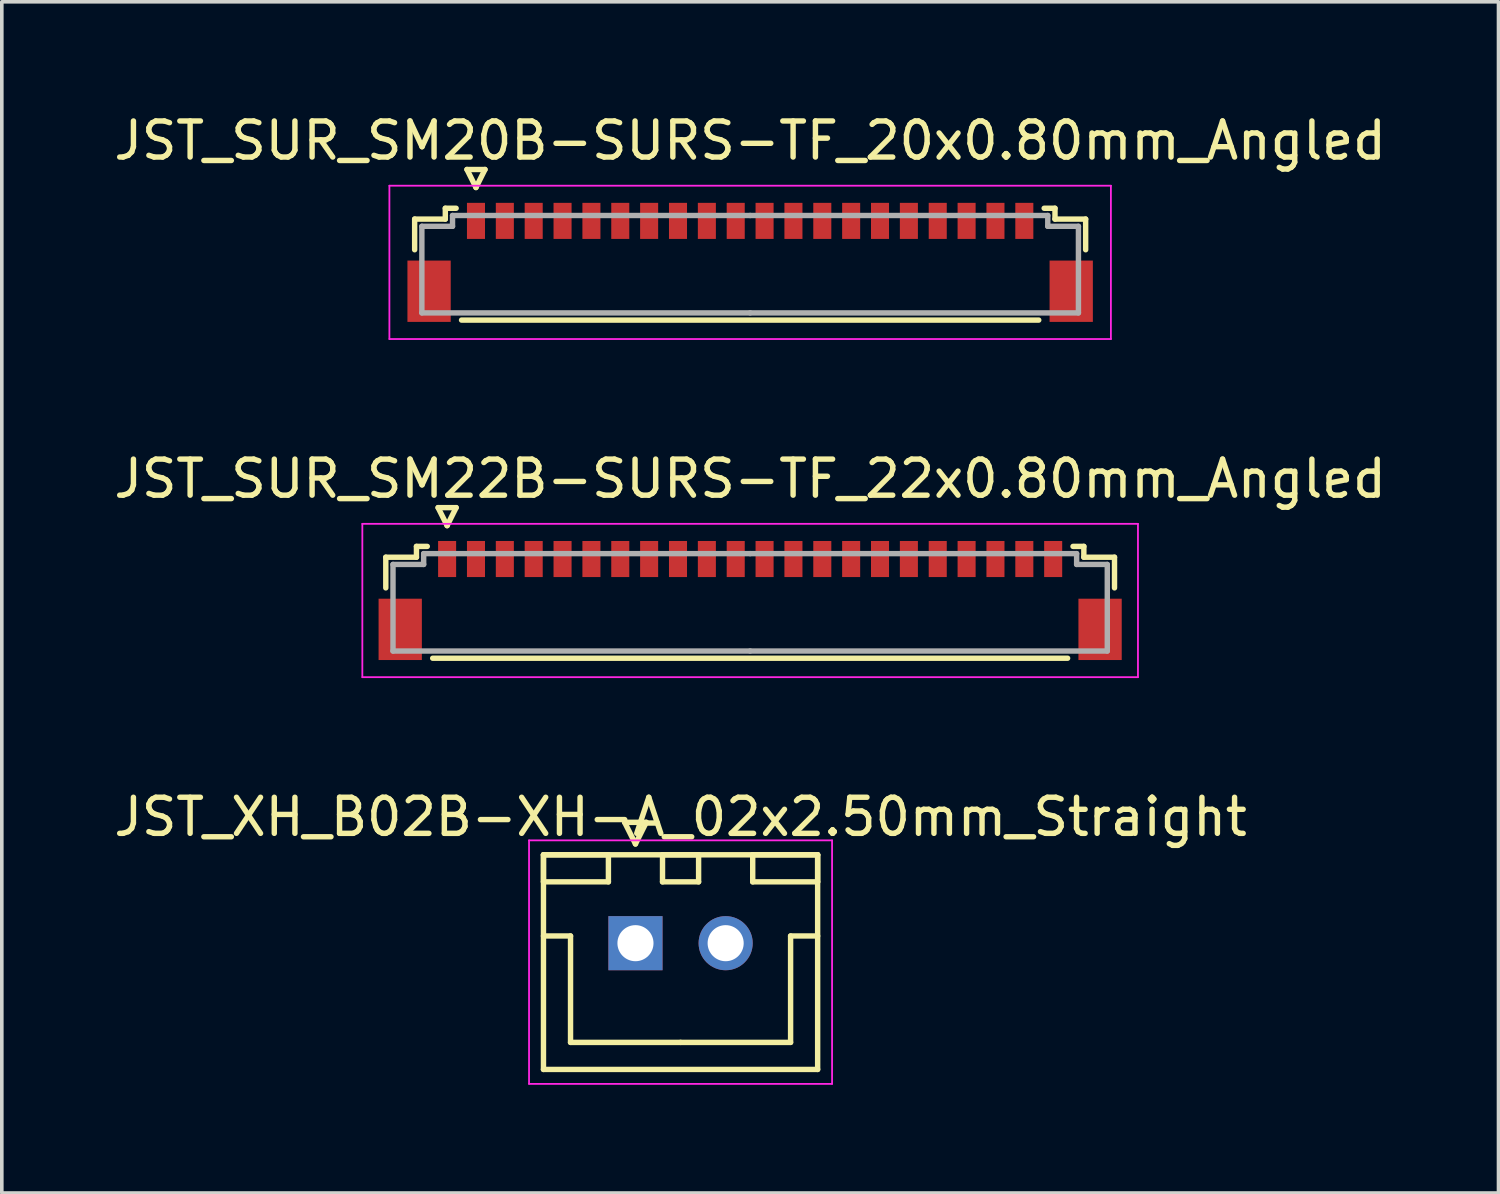
<source format=kicad_pcb>
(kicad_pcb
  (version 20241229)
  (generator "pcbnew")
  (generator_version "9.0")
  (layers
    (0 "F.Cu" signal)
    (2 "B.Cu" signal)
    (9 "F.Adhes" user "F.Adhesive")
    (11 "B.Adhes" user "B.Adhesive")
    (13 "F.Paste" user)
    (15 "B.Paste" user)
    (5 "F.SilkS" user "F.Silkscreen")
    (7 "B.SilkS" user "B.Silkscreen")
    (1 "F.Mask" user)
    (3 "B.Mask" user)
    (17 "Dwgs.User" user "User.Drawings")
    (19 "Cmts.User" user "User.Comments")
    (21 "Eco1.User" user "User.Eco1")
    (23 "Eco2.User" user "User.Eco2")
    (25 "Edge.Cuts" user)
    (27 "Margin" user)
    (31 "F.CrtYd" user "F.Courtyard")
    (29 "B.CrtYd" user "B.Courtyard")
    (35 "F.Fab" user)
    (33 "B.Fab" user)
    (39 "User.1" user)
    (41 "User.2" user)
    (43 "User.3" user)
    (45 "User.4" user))
  (footprint "JST_SUR_SM22B-SURS-TF_22x0.80mm_Angled"
    (layer "F.Cu")
    (at 17.744 13.421)
    (property "Reference" "JST_SUR_SM22B-SURS-TF_22x0.80mm_Angled" (at 0 -3.2 0) (layer "F.SilkS") (effects (font (size 1 1) (thickness 0.15))))
    (attr smd)
    (fp_line (start -10.1 -1.025) (end -10.1 -0.175) (stroke (width 0.15) (type solid)) (layer "F.SilkS"))
    (fp_line (start -9.25 -1.325) (end -9.25 -1.025) (stroke (width 0.15) (type solid)) (layer "F.SilkS"))
    (fp_line (start -9.25 -1.025) (end -10.1 -1.025) (stroke (width 0.15) (type solid)) (layer "F.SilkS"))
    (fp_line (start -8.95 -1.325) (end -9.25 -1.325) (stroke (width 0.15) (type solid)) (layer "F.SilkS"))
    (fp_line (start -8.8 1.775) (end 8.8 1.775) (stroke (width 0.15) (type solid)) (layer "F.SilkS"))
    (fp_line (start -8.65 -2.4) (end -8.15 -2.4) (stroke (width 0.15) (type solid)) (layer "F.SilkS"))
    (fp_line (start -8.4 -1.9) (end -8.65 -2.4) (stroke (width 0.15) (type solid)) (layer "F.SilkS"))
    (fp_line (start -8.15 -2.4) (end -8.4 -1.9) (stroke (width 0.15) (type solid)) (layer "F.SilkS"))
    (fp_line (start 8.95 -1.325) (end 9.25 -1.325) (stroke (width 0.15) (type solid)) (layer "F.SilkS"))
    (fp_line (start 9.25 -1.325) (end 9.25 -1.025) (stroke (width 0.15) (type solid)) (layer "F.SilkS"))
    (fp_line (start 9.25 -1.025) (end 10.1 -1.025) (stroke (width 0.15) (type solid)) (layer "F.SilkS"))
    (fp_line (start 10.1 -1.025) (end 10.1 -0.175) (stroke (width 0.15) (type solid)) (layer "F.SilkS"))
    (fp_line (start -10.75 -1.95) (end 10.75 -1.95) (stroke (width 0.05) (type solid)) (layer "F.CrtYd"))
    (fp_line (start -10.75 2.3) (end -10.75 -1.95) (stroke (width 0.05) (type solid)) (layer "F.CrtYd"))
    (fp_line (start 10.75 -1.95) (end 10.75 2.3) (stroke (width 0.05) (type solid)) (layer "F.CrtYd"))
    (fp_line (start 10.75 2.3) (end -10.75 2.3) (stroke (width 0.05) (type solid)) (layer "F.CrtYd"))
    (fp_line (start -9.9 -0.825) (end -9.9 1.575) (stroke (width 0.15) (type solid)) (layer "F.Fab"))
    (fp_line (start -9.9 1.575) (end 0 1.575) (stroke (width 0.15) (type solid)) (layer "F.Fab"))
    (fp_line (start -9.05 -1.125) (end -9.05 -0.825) (stroke (width 0.15) (type solid)) (layer "F.Fab"))
    (fp_line (start -9.05 -0.825) (end -9.9 -0.825) (stroke (width 0.15) (type solid)) (layer "F.Fab"))
    (fp_line (start 0 -1.125) (end -9.05 -1.125) (stroke (width 0.15) (type solid)) (layer "F.Fab"))
    (fp_line (start 0 -1.125) (end 9.05 -1.125) (stroke (width 0.15) (type solid)) (layer "F.Fab"))
    (fp_line (start 9.05 -1.125) (end 9.05 -0.825) (stroke (width 0.15) (type solid)) (layer "F.Fab"))
    (fp_line (start 9.05 -0.825) (end 9.9 -0.825) (stroke (width 0.15) (type solid)) (layer "F.Fab"))
    (fp_line (start 9.9 -0.825) (end 9.9 1.575) (stroke (width 0.15) (type solid)) (layer "F.Fab"))
    (fp_line (start 9.9 1.575) (end 0 1.575) (stroke (width 0.15) (type solid)) (layer "F.Fab"))
    (pad "" smd rect (at -9.7 0.975) (size 1.2 1.7) (layers "F.Cu" "F.Mask" "F.Paste"))
    (pad "" smd rect (at 9.7 0.975) (size 1.2 1.7) (layers "F.Cu" "F.Mask" "F.Paste"))
    (pad "1" smd rect (at -8.4 -0.975) (size 0.5 1) (layers "F.Cu" "F.Mask" "F.Paste"))
    (pad "2" smd rect (at -7.6 -0.975) (size 0.5 1) (layers "F.Cu" "F.Mask" "F.Paste"))
    (pad "3" smd rect (at -6.8 -0.975) (size 0.5 1) (layers "F.Cu" "F.Mask" "F.Paste"))
    (pad "4" smd rect (at -6 -0.975) (size 0.5 1) (layers "F.Cu" "F.Mask" "F.Paste"))
    (pad "5" smd rect (at -5.2 -0.975) (size 0.5 1) (layers "F.Cu" "F.Mask" "F.Paste"))
    (pad "6" smd rect (at -4.4 -0.975) (size 0.5 1) (layers "F.Cu" "F.Mask" "F.Paste"))
    (pad "7" smd rect (at -3.6 -0.975) (size 0.5 1) (layers "F.Cu" "F.Mask" "F.Paste"))
    (pad "8" smd rect (at -2.8 -0.975) (size 0.5 1) (layers "F.Cu" "F.Mask" "F.Paste"))
    (pad "9" smd rect (at -2 -0.975) (size 0.5 1) (layers "F.Cu" "F.Mask" "F.Paste"))
    (pad "10" smd rect (at -1.2 -0.975) (size 0.5 1) (layers "F.Cu" "F.Mask" "F.Paste"))
    (pad "11" smd rect (at -0.4 -0.975) (size 0.5 1) (layers "F.Cu" "F.Mask" "F.Paste"))
    (pad "12" smd rect (at 0.4 -0.975) (size 0.5 1) (layers "F.Cu" "F.Mask" "F.Paste"))
    (pad "13" smd rect (at 1.2 -0.975) (size 0.5 1) (layers "F.Cu" "F.Mask" "F.Paste"))
    (pad "14" smd rect (at 2 -0.975) (size 0.5 1) (layers "F.Cu" "F.Mask" "F.Paste"))
    (pad "15" smd rect (at 2.8 -0.975) (size 0.5 1) (layers "F.Cu" "F.Mask" "F.Paste"))
    (pad "16" smd rect (at 3.6 -0.975) (size 0.5 1) (layers "F.Cu" "F.Mask" "F.Paste"))
    (pad "17" smd rect (at 4.4 -0.975) (size 0.5 1) (layers "F.Cu" "F.Mask" "F.Paste"))
    (pad "18" smd rect (at 5.2 -0.975) (size 0.5 1) (layers "F.Cu" "F.Mask" "F.Paste"))
    (pad "19" smd rect (at 6 -0.975) (size 0.5 1) (layers "F.Cu" "F.Mask" "F.Paste"))
    (pad "20" smd rect (at 6.8 -0.975) (size 0.5 1) (layers "F.Cu" "F.Mask" "F.Paste"))
    (pad "21" smd rect (at 7.6 -0.975) (size 0.5 1) (layers "F.Cu" "F.Mask" "F.Paste"))
    (pad "22" smd rect (at 8.4 -0.975) (size 0.5 1) (layers "F.Cu" "F.Mask" "F.Paste")))
  (footprint "JST_XH_B02B-XH-A_02x2.50mm_Straight"
    (layer "F.Cu")
    (at 14.565 23.095)
    (property "Reference" "JST_XH_B02B-XH-A_02x2.50mm_Straight" (at 1.25 -3.5 0) (layer "F.SilkS") (effects (font (size 1 1) (thickness 0.15))))
    (attr through_hole)
    (fp_line (start -2.55 -2.45) (end -2.55 -1.7) (stroke (width 0.15) (type solid)) (layer "F.SilkS"))
    (fp_line (start -2.55 -2.45) (end -2.55 3.5) (stroke (width 0.15) (type solid)) (layer "F.SilkS"))
    (fp_line (start -2.55 -1.7) (end -0.75 -1.7) (stroke (width 0.15) (type solid)) (layer "F.SilkS"))
    (fp_line (start -2.55 -0.2) (end -1.8 -0.2) (stroke (width 0.15) (type solid)) (layer "F.SilkS"))
    (fp_line (start -2.55 3.5) (end 5.05 3.5) (stroke (width 0.15) (type solid)) (layer "F.SilkS"))
    (fp_line (start -1.8 -0.2) (end -1.8 2.75) (stroke (width 0.15) (type solid)) (layer "F.SilkS"))
    (fp_line (start -1.8 2.75) (end 1.25 2.75) (stroke (width 0.15) (type solid)) (layer "F.SilkS"))
    (fp_line (start -0.75 -2.45) (end -2.55 -2.45) (stroke (width 0.15) (type solid)) (layer "F.SilkS"))
    (fp_line (start -0.75 -1.7) (end -0.75 -2.45) (stroke (width 0.15) (type solid)) (layer "F.SilkS"))
    (fp_line (start -0.3 -3.35) (end 0.3 -3.35) (stroke (width 0.15) (type solid)) (layer "F.SilkS"))
    (fp_line (start 0 -2.75) (end -0.3 -3.35) (stroke (width 0.15) (type solid)) (layer "F.SilkS"))
    (fp_line (start 0.3 -3.35) (end 0 -2.75) (stroke (width 0.15) (type solid)) (layer "F.SilkS"))
    (fp_line (start 0.75 -2.45) (end 0.75 -1.7) (stroke (width 0.15) (type solid)) (layer "F.SilkS"))
    (fp_line (start 0.75 -1.7) (end 1.75 -1.7) (stroke (width 0.15) (type solid)) (layer "F.SilkS"))
    (fp_line (start 1.75 -2.45) (end 0.75 -2.45) (stroke (width 0.15) (type solid)) (layer "F.SilkS"))
    (fp_line (start 1.75 -1.7) (end 1.75 -2.45) (stroke (width 0.15) (type solid)) (layer "F.SilkS"))
    (fp_line (start 3.25 -2.45) (end 3.25 -1.7) (stroke (width 0.15) (type solid)) (layer "F.SilkS"))
    (fp_line (start 3.25 -1.7) (end 5.05 -1.7) (stroke (width 0.15) (type solid)) (layer "F.SilkS"))
    (fp_line (start 4.3 -0.2) (end 4.3 2.75) (stroke (width 0.15) (type solid)) (layer "F.SilkS"))
    (fp_line (start 4.3 2.75) (end 1.25 2.75) (stroke (width 0.15) (type solid)) (layer "F.SilkS"))
    (fp_line (start 5.05 -2.45) (end -2.55 -2.45) (stroke (width 0.15) (type solid)) (layer "F.SilkS"))
    (fp_line (start 5.05 -2.45) (end 3.25 -2.45) (stroke (width 0.15) (type solid)) (layer "F.SilkS"))
    (fp_line (start 5.05 -1.7) (end 5.05 -2.45) (stroke (width 0.15) (type solid)) (layer "F.SilkS"))
    (fp_line (start 5.05 -0.2) (end 4.3 -0.2) (stroke (width 0.15) (type solid)) (layer "F.SilkS"))
    (fp_line (start 5.05 3.5) (end 5.05 -2.45) (stroke (width 0.15) (type solid)) (layer "F.SilkS"))
    (fp_line (start -2.95 -2.85) (end -2.95 3.9) (stroke (width 0.05) (type solid)) (layer "F.CrtYd"))
    (fp_line (start -2.95 3.9) (end 5.45 3.9) (stroke (width 0.05) (type solid)) (layer "F.CrtYd"))
    (fp_line (start 5.45 -2.85) (end -2.95 -2.85) (stroke (width 0.05) (type solid)) (layer "F.CrtYd"))
    (fp_line (start 5.45 3.9) (end 5.45 -2.85) (stroke (width 0.05) (type solid)) (layer "F.CrtYd"))
    (pad "1" thru_hole rect (at 0 0) (size 1.5 1.5) (drill 1) (layers "*.Cu" "*.Mask"))
    (pad "2" thru_hole circle (at 2.5 0) (size 1.5 1.5) (drill 1) (layers "*.Cu" "*.Mask")))
  (footprint "JST_SUR_SM20B-SURS-TF_20x0.80mm_Angled"
    (layer "F.Cu")
    (at 17.744 4.048)
    (property "Reference" "JST_SUR_SM20B-SURS-TF_20x0.80mm_Angled" (at 0 -3.2 0) (layer "F.SilkS") (effects (font (size 1 1) (thickness 0.15))))
    (attr smd)
    (fp_line (start -9.3 -1.025) (end -9.3 -0.175) (stroke (width 0.15) (type solid)) (layer "F.SilkS"))
    (fp_line (start -8.45 -1.325) (end -8.45 -1.025) (stroke (width 0.15) (type solid)) (layer "F.SilkS"))
    (fp_line (start -8.45 -1.025) (end -9.3 -1.025) (stroke (width 0.15) (type solid)) (layer "F.SilkS"))
    (fp_line (start -8.15 -1.325) (end -8.45 -1.325) (stroke (width 0.15) (type solid)) (layer "F.SilkS"))
    (fp_line (start -8 1.775) (end 8 1.775) (stroke (width 0.15) (type solid)) (layer "F.SilkS"))
    (fp_line (start -7.85 -2.4) (end -7.35 -2.4) (stroke (width 0.15) (type solid)) (layer "F.SilkS"))
    (fp_line (start -7.6 -1.9) (end -7.85 -2.4) (stroke (width 0.15) (type solid)) (layer "F.SilkS"))
    (fp_line (start -7.35 -2.4) (end -7.6 -1.9) (stroke (width 0.15) (type solid)) (layer "F.SilkS"))
    (fp_line (start 8.15 -1.325) (end 8.45 -1.325) (stroke (width 0.15) (type solid)) (layer "F.SilkS"))
    (fp_line (start 8.45 -1.325) (end 8.45 -1.025) (stroke (width 0.15) (type solid)) (layer "F.SilkS"))
    (fp_line (start 8.45 -1.025) (end 9.3 -1.025) (stroke (width 0.15) (type solid)) (layer "F.SilkS"))
    (fp_line (start 9.3 -1.025) (end 9.3 -0.175) (stroke (width 0.15) (type solid)) (layer "F.SilkS"))
    (fp_line (start -10 -1.95) (end 10 -1.95) (stroke (width 0.05) (type solid)) (layer "F.CrtYd"))
    (fp_line (start -10 2.3) (end -10 -1.95) (stroke (width 0.05) (type solid)) (layer "F.CrtYd"))
    (fp_line (start 10 -1.95) (end 10 2.3) (stroke (width 0.05) (type solid)) (layer "F.CrtYd"))
    (fp_line (start 10 2.3) (end -10 2.3) (stroke (width 0.05) (type solid)) (layer "F.CrtYd"))
    (fp_line (start -9.1 -0.825) (end -9.1 1.575) (stroke (width 0.15) (type solid)) (layer "F.Fab"))
    (fp_line (start -9.1 1.575) (end 0 1.575) (stroke (width 0.15) (type solid)) (layer "F.Fab"))
    (fp_line (start -8.25 -1.125) (end -8.25 -0.825) (stroke (width 0.15) (type solid)) (layer "F.Fab"))
    (fp_line (start -8.25 -0.825) (end -9.1 -0.825) (stroke (width 0.15) (type solid)) (layer "F.Fab"))
    (fp_line (start 0 -1.125) (end -8.25 -1.125) (stroke (width 0.15) (type solid)) (layer "F.Fab"))
    (fp_line (start 0 -1.125) (end 8.25 -1.125) (stroke (width 0.15) (type solid)) (layer "F.Fab"))
    (fp_line (start 8.25 -1.125) (end 8.25 -0.825) (stroke (width 0.15) (type solid)) (layer "F.Fab"))
    (fp_line (start 8.25 -0.825) (end 9.1 -0.825) (stroke (width 0.15) (type solid)) (layer "F.Fab"))
    (fp_line (start 9.1 -0.825) (end 9.1 1.575) (stroke (width 0.15) (type solid)) (layer "F.Fab"))
    (fp_line (start 9.1 1.575) (end 0 1.575) (stroke (width 0.15) (type solid)) (layer "F.Fab"))
    (pad "" smd rect (at -8.9 0.975) (size 1.2 1.7) (layers "F.Cu" "F.Mask" "F.Paste"))
    (pad "" smd rect (at 8.9 0.975) (size 1.2 1.7) (layers "F.Cu" "F.Mask" "F.Paste"))
    (pad "1" smd rect (at -7.6 -0.975) (size 0.5 1) (layers "F.Cu" "F.Mask" "F.Paste"))
    (pad "2" smd rect (at -6.8 -0.975) (size 0.5 1) (layers "F.Cu" "F.Mask" "F.Paste"))
    (pad "3" smd rect (at -6 -0.975) (size 0.5 1) (layers "F.Cu" "F.Mask" "F.Paste"))
    (pad "4" smd rect (at -5.2 -0.975) (size 0.5 1) (layers "F.Cu" "F.Mask" "F.Paste"))
    (pad "5" smd rect (at -4.4 -0.975) (size 0.5 1) (layers "F.Cu" "F.Mask" "F.Paste"))
    (pad "6" smd rect (at -3.6 -0.975) (size 0.5 1) (layers "F.Cu" "F.Mask" "F.Paste"))
    (pad "7" smd rect (at -2.8 -0.975) (size 0.5 1) (layers "F.Cu" "F.Mask" "F.Paste"))
    (pad "8" smd rect (at -2 -0.975) (size 0.5 1) (layers "F.Cu" "F.Mask" "F.Paste"))
    (pad "9" smd rect (at -1.2 -0.975) (size 0.5 1) (layers "F.Cu" "F.Mask" "F.Paste"))
    (pad "10" smd rect (at -0.4 -0.975) (size 0.5 1) (layers "F.Cu" "F.Mask" "F.Paste"))
    (pad "11" smd rect (at 0.4 -0.975) (size 0.5 1) (layers "F.Cu" "F.Mask" "F.Paste"))
    (pad "12" smd rect (at 1.2 -0.975) (size 0.5 1) (layers "F.Cu" "F.Mask" "F.Paste"))
    (pad "13" smd rect (at 2 -0.975) (size 0.5 1) (layers "F.Cu" "F.Mask" "F.Paste"))
    (pad "14" smd rect (at 2.8 -0.975) (size 0.5 1) (layers "F.Cu" "F.Mask" "F.Paste"))
    (pad "15" smd rect (at 3.6 -0.975) (size 0.5 1) (layers "F.Cu" "F.Mask" "F.Paste"))
    (pad "16" smd rect (at 4.4 -0.975) (size 0.5 1) (layers "F.Cu" "F.Mask" "F.Paste"))
    (pad "17" smd rect (at 5.2 -0.975) (size 0.5 1) (layers "F.Cu" "F.Mask" "F.Paste"))
    (pad "18" smd rect (at 6 -0.975) (size 0.5 1) (layers "F.Cu" "F.Mask" "F.Paste"))
    (pad "19" smd rect (at 6.8 -0.975) (size 0.5 1) (layers "F.Cu" "F.Mask" "F.Paste"))
    (pad "20" smd rect (at 7.6 -0.975) (size 0.5 1) (layers "F.Cu" "F.Mask" "F.Paste")))
  (gr_rect
    (start -3 -3)
    (end 38.488 30.02)
    (stroke (width 0.1) (type default))
    (fill no)
    (layer "Edge.Cuts")))
</source>
